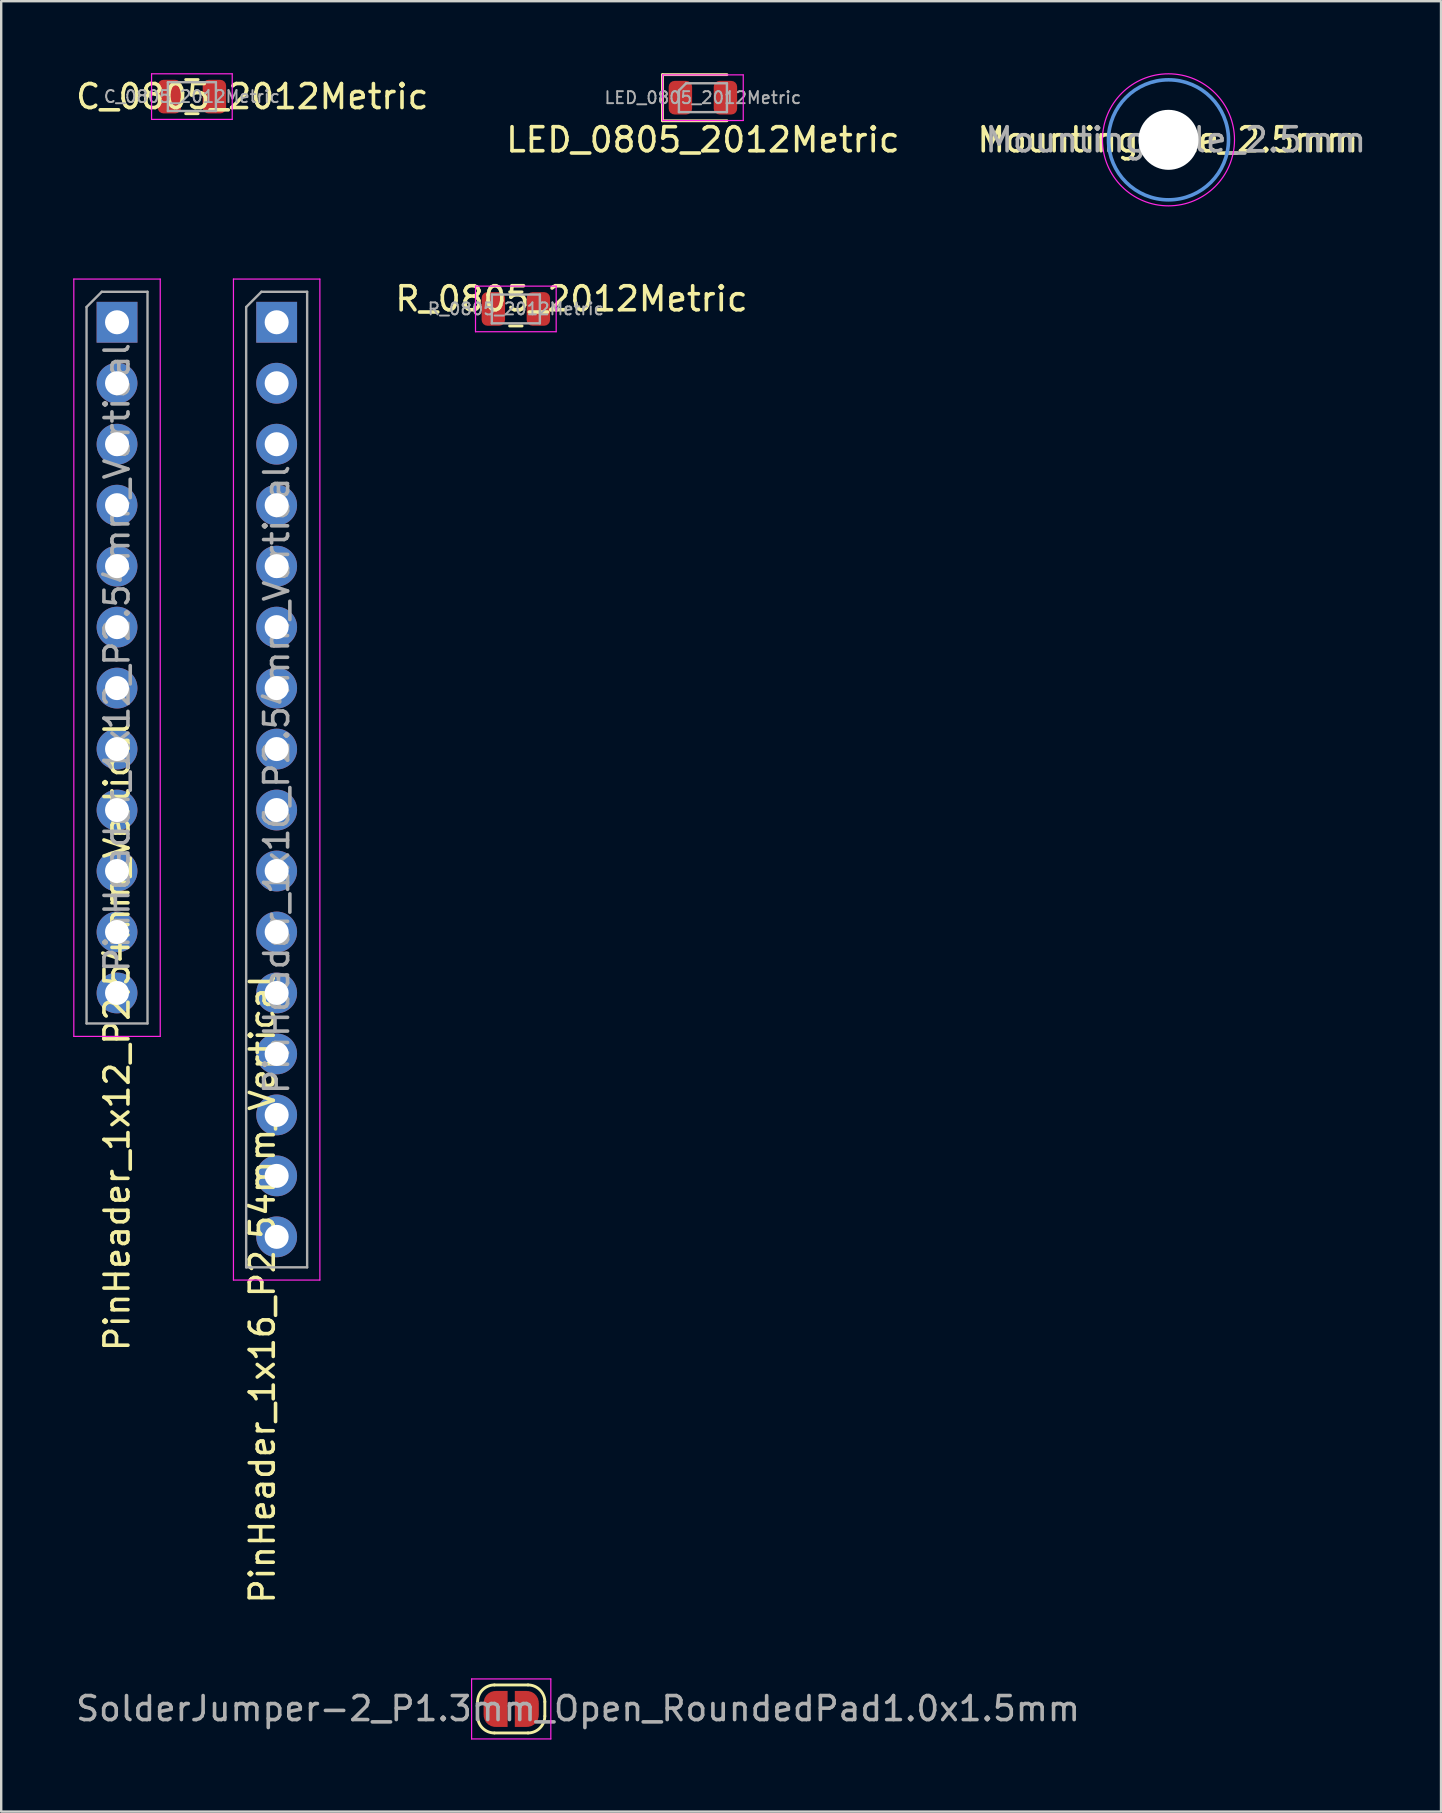
<source format=kicad_pcb>
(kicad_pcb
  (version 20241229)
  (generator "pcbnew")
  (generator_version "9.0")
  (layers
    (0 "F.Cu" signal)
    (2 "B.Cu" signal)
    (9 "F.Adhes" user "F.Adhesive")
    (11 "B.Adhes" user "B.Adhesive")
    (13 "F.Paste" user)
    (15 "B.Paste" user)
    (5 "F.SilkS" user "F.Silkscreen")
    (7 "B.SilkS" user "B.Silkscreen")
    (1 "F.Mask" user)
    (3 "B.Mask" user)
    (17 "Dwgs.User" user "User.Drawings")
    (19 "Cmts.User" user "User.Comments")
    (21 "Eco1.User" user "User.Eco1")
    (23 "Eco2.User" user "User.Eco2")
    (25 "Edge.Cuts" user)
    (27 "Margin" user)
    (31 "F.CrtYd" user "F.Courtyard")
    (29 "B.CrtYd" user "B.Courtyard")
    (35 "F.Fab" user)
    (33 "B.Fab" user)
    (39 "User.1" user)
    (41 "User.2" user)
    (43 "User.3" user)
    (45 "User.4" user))
  (footprint "SolderJumper-2_P1.3mm_Open_RoundedPad1.0x1.5mm"
    (layer "F.Cu")
    (at 18.246 68.142)
    (property "Reference" "SolderJumper-2_P1.3mm_Open_RoundedPad1.0x1.5mm" (at 2.784 -0.013 0) (layer "F.Fab") (effects (font (size 1 1) (thickness 0.15))))
    (attr exclude_from_pos_files exclude_from_bom)
    (fp_line (start -1.4 0.3) (end -1.4 -0.3) (stroke (width 0.12) (type solid)) (layer "F.SilkS"))
    (fp_line (start -0.7 -1) (end 0.7 -1) (stroke (width 0.12) (type solid)) (layer "F.SilkS"))
    (fp_line (start 0.7 1) (end -0.7 1) (stroke (width 0.12) (type solid)) (layer "F.SilkS"))
    (fp_line (start 1.4 -0.3) (end 1.4 0.3) (stroke (width 0.12) (type solid)) (layer "F.SilkS"))
    (fp_arc (start -1.4 -0.3) (mid -1.194975 -0.794975) (end -0.7 -1) (stroke (width 0.12) (type solid)) (layer "F.SilkS"))
    (fp_arc (start -0.7 1) (mid -1.194975 0.794975) (end -1.4 0.3) (stroke (width 0.12) (type solid)) (layer "F.SilkS"))
    (fp_arc (start 0.7 -1) (mid 1.194975 -0.794975) (end 1.4 -0.3) (stroke (width 0.12) (type solid)) (layer "F.SilkS"))
    (fp_arc (start 1.4 0.3) (mid 1.194975 0.794975) (end 0.7 1) (stroke (width 0.12) (type solid)) (layer "F.SilkS"))
    (fp_line (start -1.65 -1.25) (end -1.65 1.25) (stroke (width 0.05) (type solid)) (layer "F.CrtYd"))
    (fp_line (start -1.65 -1.25) (end 1.65 -1.25) (stroke (width 0.05) (type solid)) (layer "F.CrtYd"))
    (fp_line (start 1.65 1.25) (end -1.65 1.25) (stroke (width 0.05) (type solid)) (layer "F.CrtYd"))
    (fp_line (start 1.65 1.25) (end 1.65 -1.25) (stroke (width 0.05) (type solid)) (layer "F.CrtYd"))
    (pad "1" smd custom (at -0.65 0) (size 1 0.5) (layers "F.Cu" "F.Mask") (options (anchor rect)) (primitives (gr_circle (center 0 0.25) (end 0.5 0.25) (width 0) (fill yes)) (gr_circle (center 0 -0.25) (end 0.5 -0.25) (width 0) (fill yes)) (gr_poly (pts (xy 0 -0.75) (xy 0.5 -0.75) (xy 0.5 0.75) (xy 0 0.75)) (width 0) (fill yes))))
    (pad "2" smd custom (at 0.65 0) (size 1 0.5) (layers "F.Cu" "F.Mask") (options (anchor rect)) (primitives (gr_circle (center 0 0.25) (end 0.5 0.25) (width 0) (fill yes)) (gr_circle (center 0 -0.25) (end 0.5 -0.25) (width 0) (fill yes)) (gr_poly (pts (xy 0 -0.75) (xy -0.5 -0.75) (xy -0.5 0.75) (xy 0 0.75)) (width 0) (fill yes)))))
  (footprint "PinHeader_1x12_P2.54mm_Vertical"
    (layer "F.Cu")
    (at 1.825 10.375)
    (property "Reference" "PinHeader_1x12_P2.54mm_Vertical" (at 0 29.756 90) (layer "F.SilkS") (effects (font (size 1 1) (thickness 0.15))))
    (attr through_hole)
    (fp_line (start -1.8 -1.8) (end -1.8 29.75) (stroke (width 0.05) (type solid)) (layer "F.CrtYd"))
    (fp_line (start -1.8 29.75) (end 1.8 29.75) (stroke (width 0.05) (type solid)) (layer "F.CrtYd"))
    (fp_line (start 1.8 -1.8) (end -1.8 -1.8) (stroke (width 0.05) (type solid)) (layer "F.CrtYd"))
    (fp_line (start 1.8 29.75) (end 1.8 -1.8) (stroke (width 0.05) (type solid)) (layer "F.CrtYd"))
    (fp_line (start -1.27 -0.635) (end -0.635 -1.27) (stroke (width 0.1) (type solid)) (layer "F.Fab"))
    (fp_line (start -1.27 29.21) (end -1.27 -0.635) (stroke (width 0.1) (type solid)) (layer "F.Fab"))
    (fp_line (start -0.635 -1.27) (end 1.27 -1.27) (stroke (width 0.1) (type solid)) (layer "F.Fab"))
    (fp_line (start 1.27 -1.27) (end 1.27 29.21) (stroke (width 0.1) (type solid)) (layer "F.Fab"))
    (fp_line (start 1.27 29.21) (end -1.27 29.21) (stroke (width 0.1) (type solid)) (layer "F.Fab"))
    (fp_text user "${REFERENCE}" (at 0 13.97 90) (layer "F.Fab") (effects (font (size 1 1) (thickness 0.15))))
    (pad "1" thru_hole rect (at 0 0) (size 1.7 1.7) (drill 1) (layers "*.Cu" "*.Mask"))
    (pad "2" thru_hole oval (at 0 2.54) (size 1.7 1.7) (drill 1) (layers "*.Cu" "*.Mask"))
    (pad "3" thru_hole oval (at 0 5.08) (size 1.7 1.7) (drill 1) (layers "*.Cu" "*.Mask"))
    (pad "4" thru_hole oval (at 0 7.62) (size 1.7 1.7) (drill 1) (layers "*.Cu" "*.Mask"))
    (pad "5" thru_hole oval (at 0 10.16) (size 1.7 1.7) (drill 1) (layers "*.Cu" "*.Mask"))
    (pad "6" thru_hole oval (at 0 12.7) (size 1.7 1.7) (drill 1) (layers "*.Cu" "*.Mask"))
    (pad "7" thru_hole oval (at 0 15.24) (size 1.7 1.7) (drill 1) (layers "*.Cu" "*.Mask"))
    (pad "8" thru_hole oval (at 0 17.78) (size 1.7 1.7) (drill 1) (layers "*.Cu" "*.Mask"))
    (pad "9" thru_hole oval (at 0 20.32) (size 1.7 1.7) (drill 1) (layers "*.Cu" "*.Mask"))
    (pad "10" thru_hole oval (at 0 22.86) (size 1.7 1.7) (drill 1) (layers "*.Cu" "*.Mask"))
    (pad "11" thru_hole oval (at 0 25.4) (size 1.7 1.7) (drill 1) (layers "*.Cu" "*.Mask"))
    (pad "12" thru_hole oval (at 0 27.94) (size 1.7 1.7) (drill 1) (layers "*.Cu" "*.Mask")))
  (footprint "LED_0805_2012Metric"
    (layer "F.Cu")
    (at 26.232 1.02)
    (property "Reference" "LED_0805_2012Metric" (at 0 1.753 0) (layer "F.SilkS") (effects (font (size 1 1) (thickness 0.15))))
    (attr smd)
    (fp_line (start -1.685 -0.96) (end -1.685 0.96) (stroke (width 0.12) (type solid)) (layer "F.SilkS"))
    (fp_line (start -1.685 0.96) (end 1 0.96) (stroke (width 0.12) (type solid)) (layer "F.SilkS"))
    (fp_line (start 1 -0.96) (end -1.685 -0.96) (stroke (width 0.12) (type solid)) (layer "F.SilkS"))
    (fp_line (start -1.68 -0.95) (end 1.68 -0.95) (stroke (width 0.05) (type solid)) (layer "F.CrtYd"))
    (fp_line (start -1.68 0.95) (end -1.68 -0.95) (stroke (width 0.05) (type solid)) (layer "F.CrtYd"))
    (fp_line (start 1.68 -0.95) (end 1.68 0.95) (stroke (width 0.05) (type solid)) (layer "F.CrtYd"))
    (fp_line (start 1.68 0.95) (end -1.68 0.95) (stroke (width 0.05) (type solid)) (layer "F.CrtYd"))
    (fp_line (start -1 -0.3) (end -1 0.6) (stroke (width 0.1) (type solid)) (layer "F.Fab"))
    (fp_line (start -1 0.6) (end 1 0.6) (stroke (width 0.1) (type solid)) (layer "F.Fab"))
    (fp_line (start -0.7 -0.6) (end -1 -0.3) (stroke (width 0.1) (type solid)) (layer "F.Fab"))
    (fp_line (start 1 -0.6) (end -0.7 -0.6) (stroke (width 0.1) (type solid)) (layer "F.Fab"))
    (fp_line (start 1 0.6) (end 1 -0.6) (stroke (width 0.1) (type solid)) (layer "F.Fab"))
    (fp_text user "${REFERENCE}" (at 0 0 0) (layer "F.Fab") (effects (font (size 0.5 0.5) (thickness 0.08))))
    (pad "1" smd roundrect (at -0.938 0) (size 0.975 1.4) (layers "F.Cu" "F.Mask" "F.Paste") (roundrect_rratio 0.25))
    (pad "2" smd roundrect (at 0.938 0) (size 0.975 1.4) (layers "F.Cu" "F.Mask" "F.Paste") (roundrect_rratio 0.25)))
  (footprint "MountingHole_2.5mm"
    (layer "F.Cu")
    (at 45.627 2.775)
    (property "Reference" "MountingHole_2.5mm" (at -0.025 0 0) (layer "F.SilkS") (effects (font (size 1 1) (thickness 0.15))))
    (attr exclude_from_pos_files exclude_from_bom)
    (fp_circle (center 0 0) (end 2.5 0) (stroke (width 0.15) (type solid)) (fill no) (layer "Cmts.User"))
    (fp_circle (center 0 0) (end 2.75 0) (stroke (width 0.05) (type solid)) (fill no) (layer "F.CrtYd"))
    (fp_text user "${REFERENCE}" (at 0.3 0 0) (layer "F.Fab") (effects (font (size 1 1) (thickness 0.15))))
    (pad "" np_thru_hole circle (at 0 0) (size 2.5 2.5) (drill 2.5) (layers "*.Cu" "*.Mask")))
  (footprint "PinHeader_1x16_P2.54mm_Vertical"
    (layer "F.Cu")
    (at 8.475 10.375)
    (property "Reference" "PinHeader_1x16_P2.54mm_Vertical" (at -0.597 40.272 90) (layer "F.SilkS") (effects (font (size 1 1) (thickness 0.15))))
    (attr through_hole)
    (fp_line (start -1.8 -1.8) (end -1.8 39.9) (stroke (width 0.05) (type solid)) (layer "F.CrtYd"))
    (fp_line (start -1.8 39.9) (end 1.8 39.9) (stroke (width 0.05) (type solid)) (layer "F.CrtYd"))
    (fp_line (start 1.8 -1.8) (end -1.8 -1.8) (stroke (width 0.05) (type solid)) (layer "F.CrtYd"))
    (fp_line (start 1.8 39.9) (end 1.8 -1.8) (stroke (width 0.05) (type solid)) (layer "F.CrtYd"))
    (fp_line (start -1.27 -0.635) (end -0.635 -1.27) (stroke (width 0.1) (type solid)) (layer "F.Fab"))
    (fp_line (start -1.27 39.37) (end -1.27 -0.635) (stroke (width 0.1) (type solid)) (layer "F.Fab"))
    (fp_line (start -0.635 -1.27) (end 1.27 -1.27) (stroke (width 0.1) (type solid)) (layer "F.Fab"))
    (fp_line (start 1.27 -1.27) (end 1.27 39.37) (stroke (width 0.1) (type solid)) (layer "F.Fab"))
    (fp_line (start 1.27 39.37) (end -1.27 39.37) (stroke (width 0.1) (type solid)) (layer "F.Fab"))
    (fp_text user "${REFERENCE}" (at 0 19.05 90) (layer "F.Fab") (effects (font (size 1 1) (thickness 0.15))))
    (pad "1" thru_hole rect (at 0 0) (size 1.7 1.7) (drill 1) (layers "*.Cu" "*.Mask"))
    (pad "2" thru_hole oval (at 0 2.54) (size 1.7 1.7) (drill 1) (layers "*.Cu" "*.Mask"))
    (pad "3" thru_hole oval (at 0 5.08) (size 1.7 1.7) (drill 1) (layers "*.Cu" "*.Mask"))
    (pad "4" thru_hole oval (at 0 7.62) (size 1.7 1.7) (drill 1) (layers "*.Cu" "*.Mask"))
    (pad "5" thru_hole oval (at 0 10.16) (size 1.7 1.7) (drill 1) (layers "*.Cu" "*.Mask"))
    (pad "6" thru_hole oval (at 0 12.7) (size 1.7 1.7) (drill 1) (layers "*.Cu" "*.Mask"))
    (pad "7" thru_hole oval (at 0 15.24) (size 1.7 1.7) (drill 1) (layers "*.Cu" "*.Mask"))
    (pad "8" thru_hole oval (at 0 17.78) (size 1.7 1.7) (drill 1) (layers "*.Cu" "*.Mask"))
    (pad "9" thru_hole oval (at 0 20.32) (size 1.7 1.7) (drill 1) (layers "*.Cu" "*.Mask"))
    (pad "10" thru_hole oval (at 0 22.86) (size 1.7 1.7) (drill 1) (layers "*.Cu" "*.Mask"))
    (pad "11" thru_hole oval (at 0 25.4) (size 1.7 1.7) (drill 1) (layers "*.Cu" "*.Mask"))
    (pad "12" thru_hole oval (at 0 27.94) (size 1.7 1.7) (drill 1) (layers "*.Cu" "*.Mask"))
    (pad "13" thru_hole oval (at 0 30.48) (size 1.7 1.7) (drill 1) (layers "*.Cu" "*.Mask"))
    (pad "14" thru_hole oval (at 0 33.02) (size 1.7 1.7) (drill 1) (layers "*.Cu" "*.Mask"))
    (pad "15" thru_hole oval (at 0 35.56) (size 1.7 1.7) (drill 1) (layers "*.Cu" "*.Mask"))
    (pad "16" thru_hole oval (at 0 38.1) (size 1.7 1.7) (drill 1) (layers "*.Cu" "*.Mask")))
  (footprint "C_0805_2012Metric"
    (layer "F.Cu")
    (at 4.944 0.975)
    (property "Reference" "C_0805_2012Metric" (at 2.515 0 0) (layer "F.SilkS") (effects (font (size 1 1) (thickness 0.15))))
    (attr smd)
    (fp_line (start -0.259 -0.71) (end 0.259 -0.71) (stroke (width 0.12) (type solid)) (layer "F.SilkS"))
    (fp_line (start -0.259 0.71) (end 0.259 0.71) (stroke (width 0.12) (type solid)) (layer "F.SilkS"))
    (fp_line (start -1.68 -0.95) (end 1.68 -0.95) (stroke (width 0.05) (type solid)) (layer "F.CrtYd"))
    (fp_line (start -1.68 0.95) (end -1.68 -0.95) (stroke (width 0.05) (type solid)) (layer "F.CrtYd"))
    (fp_line (start 1.68 -0.95) (end 1.68 0.95) (stroke (width 0.05) (type solid)) (layer "F.CrtYd"))
    (fp_line (start 1.68 0.95) (end -1.68 0.95) (stroke (width 0.05) (type solid)) (layer "F.CrtYd"))
    (fp_line (start -1 -0.6) (end 1 -0.6) (stroke (width 0.1) (type solid)) (layer "F.Fab"))
    (fp_line (start -1 0.6) (end -1 -0.6) (stroke (width 0.1) (type solid)) (layer "F.Fab"))
    (fp_line (start 1 -0.6) (end 1 0.6) (stroke (width 0.1) (type solid)) (layer "F.Fab"))
    (fp_line (start 1 0.6) (end -1 0.6) (stroke (width 0.1) (type solid)) (layer "F.Fab"))
    (fp_text user "${REFERENCE}" (at 0 0 0) (layer "F.Fab") (effects (font (size 0.5 0.5) (thickness 0.08))))
    (pad "1" smd roundrect (at -0.938 0) (size 0.975 1.4) (layers "F.Cu" "F.Mask" "F.Paste") (roundrect_rratio 0.25))
    (pad "2" smd roundrect (at 0.938 0) (size 0.975 1.4) (layers "F.Cu" "F.Mask" "F.Paste") (roundrect_rratio 0.25)))
  (footprint "R_0805_2012Metric"
    (layer "F.Cu")
    (at 18.439 9.82)
    (property "Reference" "R_0805_2012Metric" (at 2.319 -0.422 180) (layer "F.SilkS") (effects (font (size 1 1) (thickness 0.15))))
    (attr smd)
    (fp_line (start -0.259 -0.71) (end 0.259 -0.71) (stroke (width 0.12) (type solid)) (layer "F.SilkS"))
    (fp_line (start -0.259 0.71) (end 0.259 0.71) (stroke (width 0.12) (type solid)) (layer "F.SilkS"))
    (fp_line (start -1.68 -0.95) (end 1.68 -0.95) (stroke (width 0.05) (type solid)) (layer "F.CrtYd"))
    (fp_line (start -1.68 0.95) (end -1.68 -0.95) (stroke (width 0.05) (type solid)) (layer "F.CrtYd"))
    (fp_line (start 1.68 -0.95) (end 1.68 0.95) (stroke (width 0.05) (type solid)) (layer "F.CrtYd"))
    (fp_line (start 1.68 0.95) (end -1.68 0.95) (stroke (width 0.05) (type solid)) (layer "F.CrtYd"))
    (fp_line (start -1 -0.6) (end 1 -0.6) (stroke (width 0.1) (type solid)) (layer "F.Fab"))
    (fp_line (start -1 0.6) (end -1 -0.6) (stroke (width 0.1) (type solid)) (layer "F.Fab"))
    (fp_line (start 1 -0.6) (end 1 0.6) (stroke (width 0.1) (type solid)) (layer "F.Fab"))
    (fp_line (start 1 0.6) (end -1 0.6) (stroke (width 0.1) (type solid)) (layer "F.Fab"))
    (fp_text user "${REFERENCE}" (at 0 0 180) (layer "F.Fab") (effects (font (size 0.5 0.5) (thickness 0.08))))
    (pad "1" smd roundrect (at -0.938 0) (size 0.975 1.4) (layers "F.Cu" "F.Mask" "F.Paste") (roundrect_rratio 0.25))
    (pad "2" smd roundrect (at 0.938 0) (size 0.975 1.4) (layers "F.Cu" "F.Mask" "F.Paste") (roundrect_rratio 0.25)))
  (gr_rect
    (start -3 -3)
    (end 56.98 72.417)
    (stroke (width 0.1) (type default))
    (fill no)
    (layer "Edge.Cuts")))
</source>
